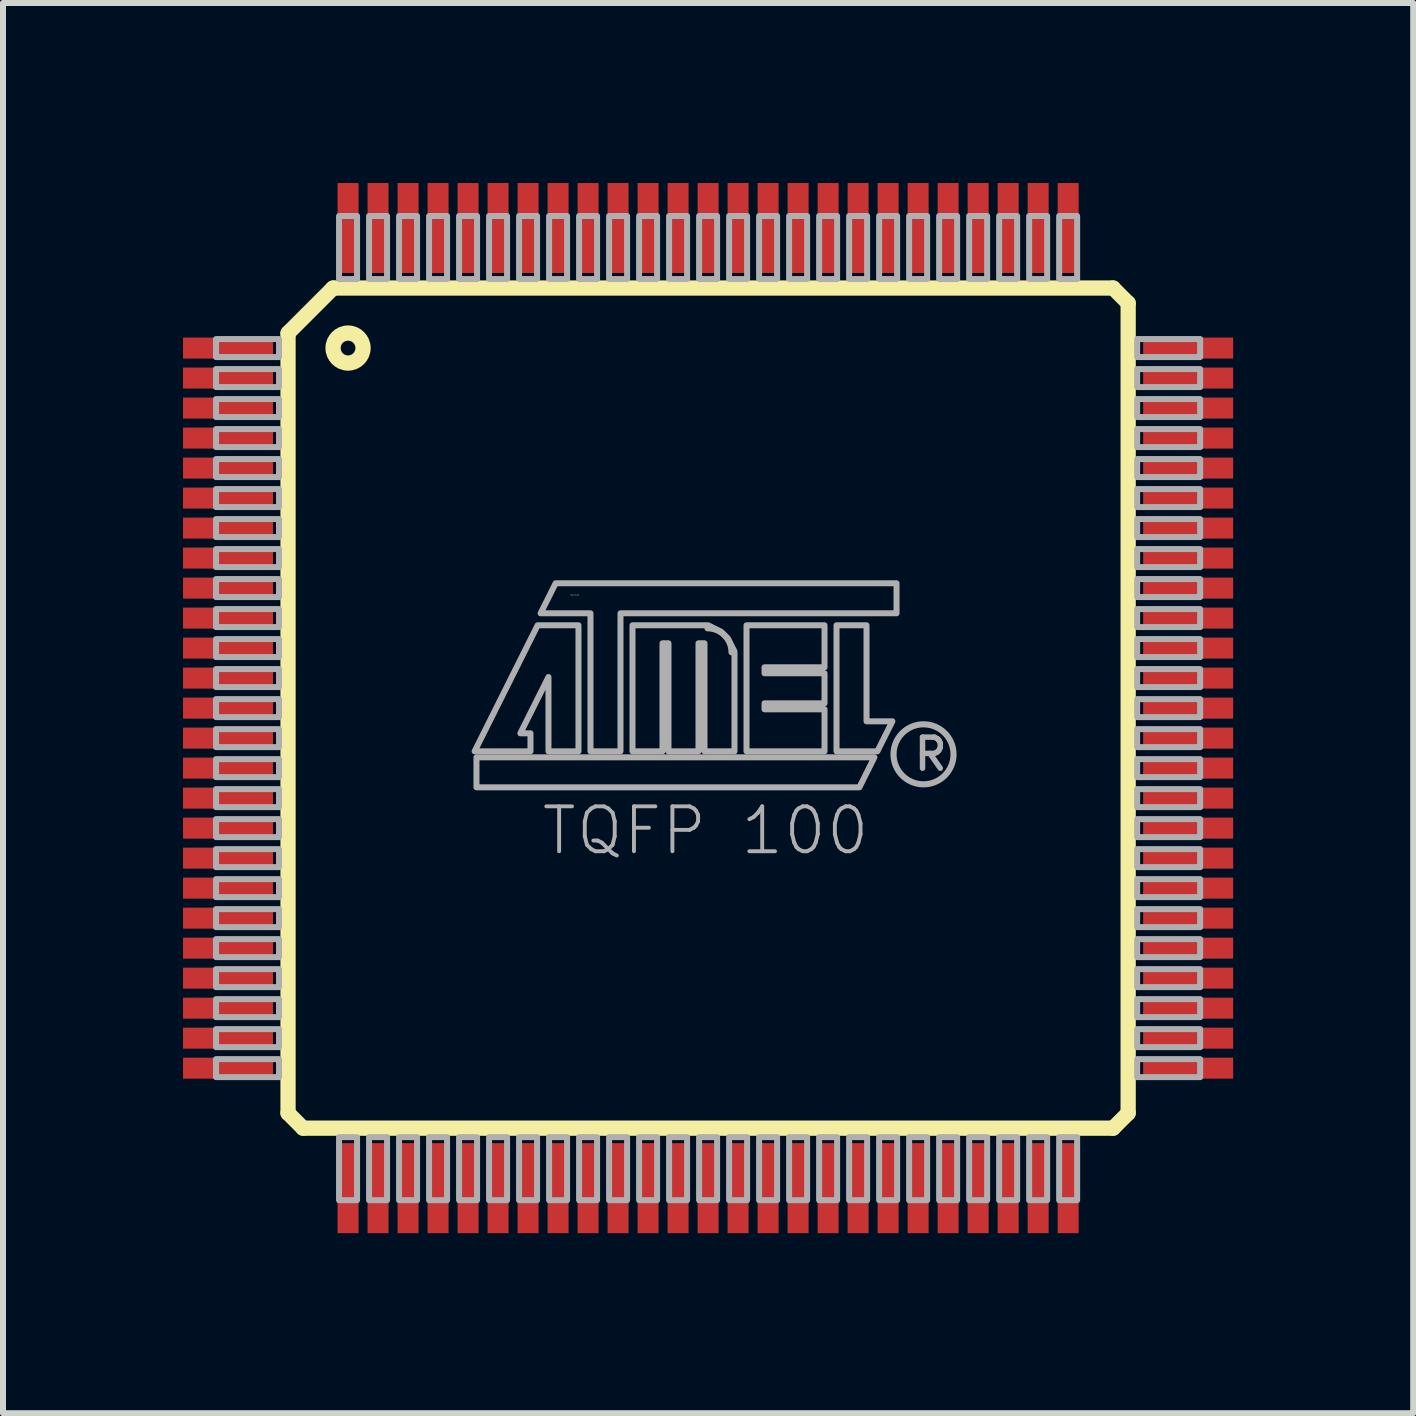
<source format=kicad_pcb>
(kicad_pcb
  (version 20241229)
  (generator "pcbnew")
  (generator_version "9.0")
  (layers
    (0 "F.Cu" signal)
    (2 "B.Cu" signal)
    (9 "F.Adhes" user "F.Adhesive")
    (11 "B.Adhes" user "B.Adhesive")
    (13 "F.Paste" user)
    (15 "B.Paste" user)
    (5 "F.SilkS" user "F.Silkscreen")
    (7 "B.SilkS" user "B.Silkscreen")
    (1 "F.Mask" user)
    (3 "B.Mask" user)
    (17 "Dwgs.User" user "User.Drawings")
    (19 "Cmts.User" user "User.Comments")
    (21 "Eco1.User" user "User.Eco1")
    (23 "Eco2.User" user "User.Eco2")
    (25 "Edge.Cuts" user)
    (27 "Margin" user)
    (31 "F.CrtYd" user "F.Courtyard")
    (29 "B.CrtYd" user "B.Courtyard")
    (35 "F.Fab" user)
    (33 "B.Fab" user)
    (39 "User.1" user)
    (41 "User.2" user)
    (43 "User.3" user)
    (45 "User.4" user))
  (footprint "TQFP100"
    (layer "F.Cu")
    (at 8.75 8.75)
    (property "Reference" "TQFP100" (at -2.302 -1.868 0) (layer "F.SilkS") (effects (font (size 0.023 0.023) (thickness 0.002)) (justify left bottom)))
    (fp_line (start -7 -6.25) (end -6.25 -7) (stroke (width 0.254) (type solid)) (layer "F.SilkS"))
    (fp_line (start -7 6.75) (end -7 -6.25) (stroke (width 0.254) (type solid)) (layer "F.SilkS"))
    (fp_line (start -6.75 7) (end -7 6.75) (stroke (width 0.254) (type solid)) (layer "F.SilkS"))
    (fp_line (start -6.25 -7) (end 6.75 -7) (stroke (width 0.254) (type solid)) (layer "F.SilkS"))
    (fp_line (start 6.75 -7) (end 7 -6.75) (stroke (width 0.254) (type solid)) (layer "F.SilkS"))
    (fp_line (start 6.75 7) (end -6.75 7) (stroke (width 0.254) (type solid)) (layer "F.SilkS"))
    (fp_line (start 7 -6.75) (end 7 6.75) (stroke (width 0.254) (type solid)) (layer "F.SilkS"))
    (fp_line (start 7 6.75) (end 6.75 7) (stroke (width 0.254) (type solid)) (layer "F.SilkS"))
    (fp_circle (center -6 -6) (end -5.75 -6) (stroke (width 0.254) (type solid)) (fill no) (layer "F.SilkS"))
    (fp_arc (start -0.0099 -1.3299) (mid 0.272893 -1.212722) (end 0.39 -0.9299) (stroke (width 0.1016) (type solid)) (layer "F.Fab"))
    (fp_circle (center 3.59 0.77) (end 4.09 0.77) (stroke (width 0.102) (type solid)) (fill no) (layer "F.Fab"))
    (fp_poly (pts (xy -8.2 -5.85) (xy -7.15 -5.85) (xy -7.15 -6.15) (xy -8.2 -6.15)) (stroke (width 0.1) (type solid)) (fill no) (layer "F.Fab"))
    (fp_poly (pts (xy -8.2 -5.35) (xy -7.15 -5.35) (xy -7.15 -5.65) (xy -8.2 -5.65)) (stroke (width 0.1) (type solid)) (fill no) (layer "F.Fab"))
    (fp_poly (pts (xy -8.2 -4.85) (xy -7.15 -4.85) (xy -7.15 -5.15) (xy -8.2 -5.15)) (stroke (width 0.1) (type solid)) (fill no) (layer "F.Fab"))
    (fp_poly (pts (xy -8.2 -4.35) (xy -7.15 -4.35) (xy -7.15 -4.65) (xy -8.2 -4.65)) (stroke (width 0.1) (type solid)) (fill no) (layer "F.Fab"))
    (fp_poly (pts (xy -8.2 -3.85) (xy -7.15 -3.85) (xy -7.15 -4.15) (xy -8.2 -4.15)) (stroke (width 0.1) (type solid)) (fill no) (layer "F.Fab"))
    (fp_poly (pts (xy -8.2 -3.35) (xy -7.15 -3.35) (xy -7.15 -3.65) (xy -8.2 -3.65)) (stroke (width 0.1) (type solid)) (fill no) (layer "F.Fab"))
    (fp_poly (pts (xy -8.2 -2.85) (xy -7.15 -2.85) (xy -7.15 -3.15) (xy -8.2 -3.15)) (stroke (width 0.1) (type solid)) (fill no) (layer "F.Fab"))
    (fp_poly (pts (xy -8.2 -2.35) (xy -7.15 -2.35) (xy -7.15 -2.65) (xy -8.2 -2.65)) (stroke (width 0.1) (type solid)) (fill no) (layer "F.Fab"))
    (fp_poly (pts (xy -8.2 -1.85) (xy -7.15 -1.85) (xy -7.15 -2.15) (xy -8.2 -2.15)) (stroke (width 0.1) (type solid)) (fill no) (layer "F.Fab"))
    (fp_poly (pts (xy -8.2 -1.35) (xy -7.15 -1.35) (xy -7.15 -1.65) (xy -8.2 -1.65)) (stroke (width 0.1) (type solid)) (fill no) (layer "F.Fab"))
    (fp_poly (pts (xy -8.2 -0.85) (xy -7.15 -0.85) (xy -7.15 -1.15) (xy -8.2 -1.15)) (stroke (width 0.1) (type solid)) (fill no) (layer "F.Fab"))
    (fp_poly (pts (xy -8.2 -0.35) (xy -7.15 -0.35) (xy -7.15 -0.65) (xy -8.2 -0.65)) (stroke (width 0.1) (type solid)) (fill no) (layer "F.Fab"))
    (fp_poly (pts (xy -8.2 0.15) (xy -7.15 0.15) (xy -7.15 -0.15) (xy -8.2 -0.15)) (stroke (width 0.1) (type solid)) (fill no) (layer "F.Fab"))
    (fp_poly (pts (xy -8.2 0.65) (xy -7.15 0.65) (xy -7.15 0.35) (xy -8.2 0.35)) (stroke (width 0.1) (type solid)) (fill no) (layer "F.Fab"))
    (fp_poly (pts (xy -8.2 1.15) (xy -7.15 1.15) (xy -7.15 0.85) (xy -8.2 0.85)) (stroke (width 0.1) (type solid)) (fill no) (layer "F.Fab"))
    (fp_poly (pts (xy -8.2 1.65) (xy -7.15 1.65) (xy -7.15 1.35) (xy -8.2 1.35)) (stroke (width 0.1) (type solid)) (fill no) (layer "F.Fab"))
    (fp_poly (pts (xy -8.2 2.15) (xy -7.15 2.15) (xy -7.15 1.85) (xy -8.2 1.85)) (stroke (width 0.1) (type solid)) (fill no) (layer "F.Fab"))
    (fp_poly (pts (xy -8.2 2.65) (xy -7.15 2.65) (xy -7.15 2.35) (xy -8.2 2.35)) (stroke (width 0.1) (type solid)) (fill no) (layer "F.Fab"))
    (fp_poly (pts (xy -8.2 3.15) (xy -7.15 3.15) (xy -7.15 2.85) (xy -8.2 2.85)) (stroke (width 0.1) (type solid)) (fill no) (layer "F.Fab"))
    (fp_poly (pts (xy -8.2 3.65) (xy -7.15 3.65) (xy -7.15 3.35) (xy -8.2 3.35)) (stroke (width 0.1) (type solid)) (fill no) (layer "F.Fab"))
    (fp_poly (pts (xy -8.2 4.15) (xy -7.15 4.15) (xy -7.15 3.85) (xy -8.2 3.85)) (stroke (width 0.1) (type solid)) (fill no) (layer "F.Fab"))
    (fp_poly (pts (xy -8.2 4.65) (xy -7.15 4.65) (xy -7.15 4.35) (xy -8.2 4.35)) (stroke (width 0.1) (type solid)) (fill no) (layer "F.Fab"))
    (fp_poly (pts (xy -8.2 5.15) (xy -7.15 5.15) (xy -7.15 4.85) (xy -8.2 4.85)) (stroke (width 0.1) (type solid)) (fill no) (layer "F.Fab"))
    (fp_poly (pts (xy -8.2 5.65) (xy -7.15 5.65) (xy -7.15 5.35) (xy -8.2 5.35)) (stroke (width 0.1) (type solid)) (fill no) (layer "F.Fab"))
    (fp_poly (pts (xy -8.2 6.15) (xy -7.15 6.15) (xy -7.15 5.85) (xy -8.2 5.85)) (stroke (width 0.1) (type solid)) (fill no) (layer "F.Fab"))
    (fp_poly (pts (xy -6.15 -7.15) (xy -5.85 -7.15) (xy -5.85 -8.2) (xy -6.15 -8.2)) (stroke (width 0.1) (type solid)) (fill no) (layer "F.Fab"))
    (fp_poly (pts (xy -6.15 8.2) (xy -5.85 8.2) (xy -5.85 7.15) (xy -6.15 7.15)) (stroke (width 0.1) (type solid)) (fill no) (layer "F.Fab"))
    (fp_poly (pts (xy -5.65 -7.15) (xy -5.35 -7.15) (xy -5.35 -8.2) (xy -5.65 -8.2)) (stroke (width 0.1) (type solid)) (fill no) (layer "F.Fab"))
    (fp_poly (pts (xy -5.65 8.2) (xy -5.35 8.2) (xy -5.35 7.15) (xy -5.65 7.15)) (stroke (width 0.1) (type solid)) (fill no) (layer "F.Fab"))
    (fp_poly (pts (xy -5.15 -7.15) (xy -4.85 -7.15) (xy -4.85 -8.2) (xy -5.15 -8.2)) (stroke (width 0.1) (type solid)) (fill no) (layer "F.Fab"))
    (fp_poly (pts (xy -5.15 8.2) (xy -4.85 8.2) (xy -4.85 7.15) (xy -5.15 7.15)) (stroke (width 0.1) (type solid)) (fill no) (layer "F.Fab"))
    (fp_poly (pts (xy -4.65 -7.15) (xy -4.35 -7.15) (xy -4.35 -8.2) (xy -4.65 -8.2)) (stroke (width 0.1) (type solid)) (fill no) (layer "F.Fab"))
    (fp_poly (pts (xy -4.65 8.2) (xy -4.35 8.2) (xy -4.35 7.15) (xy -4.65 7.15)) (stroke (width 0.1) (type solid)) (fill no) (layer "F.Fab"))
    (fp_poly (pts (xy -4.15 -7.15) (xy -3.85 -7.15) (xy -3.85 -8.2) (xy -4.15 -8.2)) (stroke (width 0.1) (type solid)) (fill no) (layer "F.Fab"))
    (fp_poly (pts (xy -4.15 8.2) (xy -3.85 8.2) (xy -3.85 7.15) (xy -4.15 7.15)) (stroke (width 0.1) (type solid)) (fill no) (layer "F.Fab"))
    (fp_poly (pts (xy -3.65 -7.15) (xy -3.35 -7.15) (xy -3.35 -8.2) (xy -3.65 -8.2)) (stroke (width 0.1) (type solid)) (fill no) (layer "F.Fab"))
    (fp_poly (pts (xy -3.65 8.2) (xy -3.35 8.2) (xy -3.35 7.15) (xy -3.65 7.15)) (stroke (width 0.1) (type solid)) (fill no) (layer "F.Fab"))
    (fp_poly (pts (xy -3.15 -7.15) (xy -2.85 -7.15) (xy -2.85 -8.2) (xy -3.15 -8.2)) (stroke (width 0.1) (type solid)) (fill no) (layer "F.Fab"))
    (fp_poly (pts (xy -3.15 8.2) (xy -2.85 8.2) (xy -2.85 7.15) (xy -3.15 7.15)) (stroke (width 0.1) (type solid)) (fill no) (layer "F.Fab"))
    (fp_poly (pts (xy -2.65 -7.15) (xy -2.35 -7.15) (xy -2.35 -8.2) (xy -2.65 -8.2)) (stroke (width 0.1) (type solid)) (fill no) (layer "F.Fab"))
    (fp_poly (pts (xy -2.65 8.2) (xy -2.35 8.2) (xy -2.35 7.15) (xy -2.65 7.15)) (stroke (width 0.1) (type solid)) (fill no) (layer "F.Fab"))
    (fp_poly (pts (xy -2.15 -7.15) (xy -1.85 -7.15) (xy -1.85 -8.2) (xy -2.15 -8.2)) (stroke (width 0.1) (type solid)) (fill no) (layer "F.Fab"))
    (fp_poly (pts (xy -2.15 8.2) (xy -1.85 8.2) (xy -1.85 7.15) (xy -2.15 7.15)) (stroke (width 0.1) (type solid)) (fill no) (layer "F.Fab"))
    (fp_poly (pts (xy -1.65 -7.15) (xy -1.35 -7.15) (xy -1.35 -8.2) (xy -1.65 -8.2)) (stroke (width 0.1) (type solid)) (fill no) (layer "F.Fab"))
    (fp_poly (pts (xy -1.65 8.2) (xy -1.35 8.2) (xy -1.35 7.15) (xy -1.65 7.15)) (stroke (width 0.1) (type solid)) (fill no) (layer "F.Fab"))
    (fp_poly (pts (xy -1.15 -7.15) (xy -0.85 -7.15) (xy -0.85 -8.2) (xy -1.15 -8.2)) (stroke (width 0.1) (type solid)) (fill no) (layer "F.Fab"))
    (fp_poly (pts (xy -1.15 8.2) (xy -0.85 8.2) (xy -0.85 7.15) (xy -1.15 7.15)) (stroke (width 0.1) (type solid)) (fill no) (layer "F.Fab"))
    (fp_poly (pts (xy -0.65 -7.15) (xy -0.35 -7.15) (xy -0.35 -8.2) (xy -0.65 -8.2)) (stroke (width 0.1) (type solid)) (fill no) (layer "F.Fab"))
    (fp_poly (pts (xy -0.65 8.2) (xy -0.35 8.2) (xy -0.35 7.15) (xy -0.65 7.15)) (stroke (width 0.1) (type solid)) (fill no) (layer "F.Fab"))
    (fp_poly (pts (xy -0.15 -7.15) (xy 0.15 -7.15) (xy 0.15 -8.2) (xy -0.15 -8.2)) (stroke (width 0.1) (type solid)) (fill no) (layer "F.Fab"))
    (fp_poly (pts (xy -0.15 8.2) (xy 0.15 8.2) (xy 0.15 7.15) (xy -0.15 7.15)) (stroke (width 0.1) (type solid)) (fill no) (layer "F.Fab"))
    (fp_poly (pts (xy 0.35 -7.15) (xy 0.65 -7.15) (xy 0.65 -8.2) (xy 0.35 -8.2)) (stroke (width 0.1) (type solid)) (fill no) (layer "F.Fab"))
    (fp_poly (pts (xy 0.35 8.2) (xy 0.65 8.2) (xy 0.65 7.15) (xy 0.35 7.15)) (stroke (width 0.1) (type solid)) (fill no) (layer "F.Fab"))
    (fp_poly (pts (xy 0.85 -7.15) (xy 1.15 -7.15) (xy 1.15 -8.2) (xy 0.85 -8.2)) (stroke (width 0.1) (type solid)) (fill no) (layer "F.Fab"))
    (fp_poly (pts (xy 0.85 8.2) (xy 1.15 8.2) (xy 1.15 7.15) (xy 0.85 7.15)) (stroke (width 0.1) (type solid)) (fill no) (layer "F.Fab"))
    (fp_poly (pts (xy 1.35 -7.15) (xy 1.65 -7.15) (xy 1.65 -8.2) (xy 1.35 -8.2)) (stroke (width 0.1) (type solid)) (fill no) (layer "F.Fab"))
    (fp_poly (pts (xy 1.35 8.2) (xy 1.65 8.2) (xy 1.65 7.15) (xy 1.35 7.15)) (stroke (width 0.1) (type solid)) (fill no) (layer "F.Fab"))
    (fp_poly (pts (xy 1.85 -7.15) (xy 2.15 -7.15) (xy 2.15 -8.2) (xy 1.85 -8.2)) (stroke (width 0.1) (type solid)) (fill no) (layer "F.Fab"))
    (fp_poly (pts (xy 1.85 8.2) (xy 2.15 8.2) (xy 2.15 7.15) (xy 1.85 7.15)) (stroke (width 0.1) (type solid)) (fill no) (layer "F.Fab"))
    (fp_poly (pts (xy 2.35 -7.15) (xy 2.65 -7.15) (xy 2.65 -8.2) (xy 2.35 -8.2)) (stroke (width 0.1) (type solid)) (fill no) (layer "F.Fab"))
    (fp_poly (pts (xy 2.35 8.2) (xy 2.65 8.2) (xy 2.65 7.15) (xy 2.35 7.15)) (stroke (width 0.1) (type solid)) (fill no) (layer "F.Fab"))
    (fp_poly (pts (xy 2.521 1.32) (xy -3.86 1.32) (xy -3.86 0.82) (xy 2.771 0.82)) (stroke (width 0.1) (type solid)) (fill no) (layer "F.Fab"))
    (fp_poly (pts (xy 2.85 -7.15) (xy 3.15 -7.15) (xy 3.15 -8.2) (xy 2.85 -8.2)) (stroke (width 0.1) (type solid)) (fill no) (layer "F.Fab"))
    (fp_poly (pts (xy 2.85 8.2) (xy 3.15 8.2) (xy 3.15 7.15) (xy 2.85 7.15)) (stroke (width 0.1) (type solid)) (fill no) (layer "F.Fab"))
    (fp_poly (pts (xy 3.35 -7.15) (xy 3.65 -7.15) (xy 3.65 -8.2) (xy 3.35 -8.2)) (stroke (width 0.1) (type solid)) (fill no) (layer "F.Fab"))
    (fp_poly (pts (xy 3.35 8.2) (xy 3.65 8.2) (xy 3.65 7.15) (xy 3.35 7.15)) (stroke (width 0.1) (type solid)) (fill no) (layer "F.Fab"))
    (fp_poly (pts (xy 3.85 -7.15) (xy 4.15 -7.15) (xy 4.15 -8.2) (xy 3.85 -8.2)) (stroke (width 0.1) (type solid)) (fill no) (layer "F.Fab"))
    (fp_poly (pts (xy 3.85 8.2) (xy 4.15 8.2) (xy 4.15 7.15) (xy 3.85 7.15)) (stroke (width 0.1) (type solid)) (fill no) (layer "F.Fab"))
    (fp_poly (pts (xy 4.35 -7.15) (xy 4.65 -7.15) (xy 4.65 -8.2) (xy 4.35 -8.2)) (stroke (width 0.1) (type solid)) (fill no) (layer "F.Fab"))
    (fp_poly (pts (xy 4.35 8.2) (xy 4.65 8.2) (xy 4.65 7.15) (xy 4.35 7.15)) (stroke (width 0.1) (type solid)) (fill no) (layer "F.Fab"))
    (fp_poly (pts (xy 4.85 -7.15) (xy 5.15 -7.15) (xy 5.15 -8.2) (xy 4.85 -8.2)) (stroke (width 0.1) (type solid)) (fill no) (layer "F.Fab"))
    (fp_poly (pts (xy 4.85 8.2) (xy 5.15 8.2) (xy 5.15 7.15) (xy 4.85 7.15)) (stroke (width 0.1) (type solid)) (fill no) (layer "F.Fab"))
    (fp_poly (pts (xy 5.35 -7.15) (xy 5.65 -7.15) (xy 5.65 -8.2) (xy 5.35 -8.2)) (stroke (width 0.1) (type solid)) (fill no) (layer "F.Fab"))
    (fp_poly (pts (xy 5.35 8.2) (xy 5.65 8.2) (xy 5.65 7.15) (xy 5.35 7.15)) (stroke (width 0.1) (type solid)) (fill no) (layer "F.Fab"))
    (fp_poly (pts (xy 5.85 -7.15) (xy 6.15 -7.15) (xy 6.15 -8.2) (xy 5.85 -8.2)) (stroke (width 0.1) (type solid)) (fill no) (layer "F.Fab"))
    (fp_poly (pts (xy 5.85 8.2) (xy 6.15 8.2) (xy 6.15 7.15) (xy 5.85 7.15)) (stroke (width 0.1) (type solid)) (fill no) (layer "F.Fab"))
    (fp_poly (pts (xy 7.15 -5.85) (xy 8.2 -5.85) (xy 8.2 -6.15) (xy 7.15 -6.15)) (stroke (width 0.1) (type solid)) (fill no) (layer "F.Fab"))
    (fp_poly (pts (xy 7.15 -5.35) (xy 8.2 -5.35) (xy 8.2 -5.65) (xy 7.15 -5.65)) (stroke (width 0.1) (type solid)) (fill no) (layer "F.Fab"))
    (fp_poly (pts (xy 7.15 -4.85) (xy 8.2 -4.85) (xy 8.2 -5.15) (xy 7.15 -5.15)) (stroke (width 0.1) (type solid)) (fill no) (layer "F.Fab"))
    (fp_poly (pts (xy 7.15 -4.35) (xy 8.2 -4.35) (xy 8.2 -4.65) (xy 7.15 -4.65)) (stroke (width 0.1) (type solid)) (fill no) (layer "F.Fab"))
    (fp_poly (pts (xy 7.15 -3.85) (xy 8.2 -3.85) (xy 8.2 -4.15) (xy 7.15 -4.15)) (stroke (width 0.1) (type solid)) (fill no) (layer "F.Fab"))
    (fp_poly (pts (xy 7.15 -3.35) (xy 8.2 -3.35) (xy 8.2 -3.65) (xy 7.15 -3.65)) (stroke (width 0.1) (type solid)) (fill no) (layer "F.Fab"))
    (fp_poly (pts (xy 7.15 -2.85) (xy 8.2 -2.85) (xy 8.2 -3.15) (xy 7.15 -3.15)) (stroke (width 0.1) (type solid)) (fill no) (layer "F.Fab"))
    (fp_poly (pts (xy 7.15 -2.35) (xy 8.2 -2.35) (xy 8.2 -2.65) (xy 7.15 -2.65)) (stroke (width 0.1) (type solid)) (fill no) (layer "F.Fab"))
    (fp_poly (pts (xy 7.15 -1.85) (xy 8.2 -1.85) (xy 8.2 -2.15) (xy 7.15 -2.15)) (stroke (width 0.1) (type solid)) (fill no) (layer "F.Fab"))
    (fp_poly (pts (xy 7.15 -1.35) (xy 8.2 -1.35) (xy 8.2 -1.65) (xy 7.15 -1.65)) (stroke (width 0.1) (type solid)) (fill no) (layer "F.Fab"))
    (fp_poly (pts (xy 7.15 -0.85) (xy 8.2 -0.85) (xy 8.2 -1.15) (xy 7.15 -1.15)) (stroke (width 0.1) (type solid)) (fill no) (layer "F.Fab"))
    (fp_poly (pts (xy 7.15 -0.35) (xy 8.2 -0.35) (xy 8.2 -0.65) (xy 7.15 -0.65)) (stroke (width 0.1) (type solid)) (fill no) (layer "F.Fab"))
    (fp_poly (pts (xy 7.15 0.15) (xy 8.2 0.15) (xy 8.2 -0.15) (xy 7.15 -0.15)) (stroke (width 0.1) (type solid)) (fill no) (layer "F.Fab"))
    (fp_poly (pts (xy 7.15 0.65) (xy 8.2 0.65) (xy 8.2 0.35) (xy 7.15 0.35)) (stroke (width 0.1) (type solid)) (fill no) (layer "F.Fab"))
    (fp_poly (pts (xy 7.15 1.15) (xy 8.2 1.15) (xy 8.2 0.85) (xy 7.15 0.85)) (stroke (width 0.1) (type solid)) (fill no) (layer "F.Fab"))
    (fp_poly (pts (xy 7.15 1.65) (xy 8.2 1.65) (xy 8.2 1.35) (xy 7.15 1.35)) (stroke (width 0.1) (type solid)) (fill no) (layer "F.Fab"))
    (fp_poly (pts (xy 7.15 2.15) (xy 8.2 2.15) (xy 8.2 1.85) (xy 7.15 1.85)) (stroke (width 0.1) (type solid)) (fill no) (layer "F.Fab"))
    (fp_poly (pts (xy 7.15 2.65) (xy 8.2 2.65) (xy 8.2 2.35) (xy 7.15 2.35)) (stroke (width 0.1) (type solid)) (fill no) (layer "F.Fab"))
    (fp_poly (pts (xy 7.15 3.15) (xy 8.2 3.15) (xy 8.2 2.85) (xy 7.15 2.85)) (stroke (width 0.1) (type solid)) (fill no) (layer "F.Fab"))
    (fp_poly (pts (xy 7.15 3.65) (xy 8.2 3.65) (xy 8.2 3.35) (xy 7.15 3.35)) (stroke (width 0.1) (type solid)) (fill no) (layer "F.Fab"))
    (fp_poly (pts (xy 7.15 4.15) (xy 8.2 4.15) (xy 8.2 3.85) (xy 7.15 3.85)) (stroke (width 0.1) (type solid)) (fill no) (layer "F.Fab"))
    (fp_poly (pts (xy 7.15 4.65) (xy 8.2 4.65) (xy 8.2 4.35) (xy 7.15 4.35)) (stroke (width 0.1) (type solid)) (fill no) (layer "F.Fab"))
    (fp_poly (pts (xy 7.15 5.15) (xy 8.2 5.15) (xy 8.2 4.85) (xy 7.15 4.85)) (stroke (width 0.1) (type solid)) (fill no) (layer "F.Fab"))
    (fp_poly (pts (xy 7.15 5.65) (xy 8.2 5.65) (xy 8.2 5.35) (xy 7.15 5.35)) (stroke (width 0.1) (type solid)) (fill no) (layer "F.Fab"))
    (fp_poly (pts (xy 7.15 6.15) (xy 8.2 6.15) (xy 8.2 5.85) (xy 7.15 5.85)) (stroke (width 0.1) (type solid)) (fill no) (layer "F.Fab"))
    (fp_poly (pts (xy 2.64 0.22) (xy 3.071 0.22) (xy 2.821 0.72) (xy 2.14 0.72) (xy 2.14 -1.38) (xy 2.64 -1.38)) (stroke (width 0.1) (type solid)) (fill no) (layer "F.Fab"))
    (fp_poly (pts (xy 3.14 -1.58) (xy -1.46 -1.58) (xy -1.46 0.72) (xy -1.96 0.72) (xy -1.96 -1.58) (xy -2.791 -1.58) (xy -2.541 -2.08) (xy 3.14 -2.08)) (stroke (width 0.1) (type solid)) (fill no) (layer "F.Fab"))
    (fp_poly (pts (xy -2.16 0.72) (xy -2.66 0.72) (xy -2.66 -0.518) (xy -3.129 0.42) (xy -2.96 0.42) (xy -2.96 0.72) (xy -3.891 0.72) (xy -2.841 -1.38) (xy -2.16 -1.38)) (stroke (width 0.1) (type solid)) (fill no) (layer "F.Fab"))
    (fp_poly (pts (xy 1.94 -0.68) (xy 0.94 -0.68) (xy 0.94 -0.58) (xy 1.94 -0.58) (xy 1.94 -0.08) (xy 0.94 -0.08) (xy 0.94 0.02) (xy 1.94 0.02) (xy 1.94 0.72) (xy 0.64 0.72) (xy 0.64 -1.38) (xy 1.94 -1.38)) (stroke (width 0.1) (type solid)) (fill no) (layer "F.Fab"))
    (fp_poly (pts (xy 0.22 -1.271) (xy 0.331 -1.16) (xy 0.44 -0.942) (xy 0.44 0.72) (xy -0.06 0.72) (xy -0.06 -1.08) (xy -0.16 -1.08) (xy -0.16 0.72) (xy -0.66 0.72) (xy -0.66 -1.08) (xy -0.76 -1.08) (xy -0.76 0.72) (xy -1.26 0.72) (xy -1.26 -1.38) (xy 0.002 -1.38)) (stroke (width 0.1) (type solid)) (fill no) (layer "F.Fab"))
    (fp_text user "R" (at 3.39 1.07 0) (layer "F.Fab") (effects (font (size 0.518 0.518) (thickness 0.091)) (justify left bottom)))
    (fp_text user "TQFP 100" (at -2.81 2.48 0) (layer "F.Fab") (effects (font (size 0.748 0.748) (thickness 0.065)) (justify left bottom)))
    (pad "1" smd rect (at -8 -6) (size 1.5 0.35) (layers "F.Cu" "F.Mask" "F.Paste"))
    (pad "2" smd rect (at -8 -5.5) (size 1.5 0.35) (layers "F.Cu" "F.Mask" "F.Paste"))
    (pad "3" smd rect (at -8 -5) (size 1.5 0.35) (layers "F.Cu" "F.Mask" "F.Paste"))
    (pad "4" smd rect (at -8 -4.5) (size 1.5 0.35) (layers "F.Cu" "F.Mask" "F.Paste"))
    (pad "5" smd rect (at -8 -4) (size 1.5 0.35) (layers "F.Cu" "F.Mask" "F.Paste"))
    (pad "6" smd rect (at -8 -3.5) (size 1.5 0.35) (layers "F.Cu" "F.Mask" "F.Paste"))
    (pad "7" smd rect (at -8 -3) (size 1.5 0.35) (layers "F.Cu" "F.Mask" "F.Paste"))
    (pad "8" smd rect (at -8 -2.5) (size 1.5 0.35) (layers "F.Cu" "F.Mask" "F.Paste"))
    (pad "9" smd rect (at -8 -2) (size 1.5 0.35) (layers "F.Cu" "F.Mask" "F.Paste"))
    (pad "10" smd rect (at -8 -1.5) (size 1.5 0.35) (layers "F.Cu" "F.Mask" "F.Paste"))
    (pad "11" smd rect (at -8 -1) (size 1.5 0.35) (layers "F.Cu" "F.Mask" "F.Paste"))
    (pad "12" smd rect (at -8 -0.5) (size 1.5 0.35) (layers "F.Cu" "F.Mask" "F.Paste"))
    (pad "13" smd rect (at -8 0) (size 1.5 0.35) (layers "F.Cu" "F.Mask" "F.Paste"))
    (pad "14" smd rect (at -8 0.5) (size 1.5 0.35) (layers "F.Cu" "F.Mask" "F.Paste"))
    (pad "15" smd rect (at -8 1) (size 1.5 0.35) (layers "F.Cu" "F.Mask" "F.Paste"))
    (pad "16" smd rect (at -8 1.5) (size 1.5 0.35) (layers "F.Cu" "F.Mask" "F.Paste"))
    (pad "17" smd rect (at -8 2) (size 1.5 0.35) (layers "F.Cu" "F.Mask" "F.Paste"))
    (pad "18" smd rect (at -8 2.5) (size 1.5 0.35) (layers "F.Cu" "F.Mask" "F.Paste"))
    (pad "19" smd rect (at -8 3) (size 1.5 0.35) (layers "F.Cu" "F.Mask" "F.Paste"))
    (pad "20" smd rect (at -8 3.5) (size 1.5 0.35) (layers "F.Cu" "F.Mask" "F.Paste"))
    (pad "21" smd rect (at -8 4) (size 1.5 0.35) (layers "F.Cu" "F.Mask" "F.Paste"))
    (pad "22" smd rect (at -8 4.5) (size 1.5 0.35) (layers "F.Cu" "F.Mask" "F.Paste"))
    (pad "23" smd rect (at -8 5) (size 1.5 0.35) (layers "F.Cu" "F.Mask" "F.Paste"))
    (pad "24" smd rect (at -8 5.5) (size 1.5 0.35) (layers "F.Cu" "F.Mask" "F.Paste"))
    (pad "25" smd rect (at -8 6) (size 1.5 0.35) (layers "F.Cu" "F.Mask" "F.Paste"))
    (pad "26" smd rect (at -6 8) (size 0.35 1.5) (layers "F.Cu" "F.Mask" "F.Paste"))
    (pad "27" smd rect (at -5.5 8) (size 0.35 1.5) (layers "F.Cu" "F.Mask" "F.Paste"))
    (pad "28" smd rect (at -5 8) (size 0.35 1.5) (layers "F.Cu" "F.Mask" "F.Paste"))
    (pad "29" smd rect (at -4.5 8) (size 0.35 1.5) (layers "F.Cu" "F.Mask" "F.Paste"))
    (pad "30" smd rect (at -4 8) (size 0.35 1.5) (layers "F.Cu" "F.Mask" "F.Paste"))
    (pad "31" smd rect (at -3.5 8) (size 0.35 1.5) (layers "F.Cu" "F.Mask" "F.Paste"))
    (pad "32" smd rect (at -3 8) (size 0.35 1.5) (layers "F.Cu" "F.Mask" "F.Paste"))
    (pad "33" smd rect (at -2.5 8) (size 0.35 1.5) (layers "F.Cu" "F.Mask" "F.Paste"))
    (pad "34" smd rect (at -2 8) (size 0.35 1.5) (layers "F.Cu" "F.Mask" "F.Paste"))
    (pad "35" smd rect (at -1.5 8) (size 0.35 1.5) (layers "F.Cu" "F.Mask" "F.Paste"))
    (pad "36" smd rect (at -1 8) (size 0.35 1.5) (layers "F.Cu" "F.Mask" "F.Paste"))
    (pad "37" smd rect (at -0.5 8) (size 0.35 1.5) (layers "F.Cu" "F.Mask" "F.Paste"))
    (pad "38" smd rect (at 0 8) (size 0.35 1.5) (layers "F.Cu" "F.Mask" "F.Paste"))
    (pad "39" smd rect (at 0.5 8) (size 0.35 1.5) (layers "F.Cu" "F.Mask" "F.Paste"))
    (pad "40" smd rect (at 1 8) (size 0.35 1.5) (layers "F.Cu" "F.Mask" "F.Paste"))
    (pad "41" smd rect (at 1.5 8) (size 0.35 1.5) (layers "F.Cu" "F.Mask" "F.Paste"))
    (pad "42" smd rect (at 2 8) (size 0.35 1.5) (layers "F.Cu" "F.Mask" "F.Paste"))
    (pad "43" smd rect (at 2.5 8) (size 0.35 1.5) (layers "F.Cu" "F.Mask" "F.Paste"))
    (pad "44" smd rect (at 3 8) (size 0.35 1.5) (layers "F.Cu" "F.Mask" "F.Paste"))
    (pad "45" smd rect (at 3.5 8) (size 0.35 1.5) (layers "F.Cu" "F.Mask" "F.Paste"))
    (pad "46" smd rect (at 4 8) (size 0.35 1.5) (layers "F.Cu" "F.Mask" "F.Paste"))
    (pad "47" smd rect (at 4.5 8) (size 0.35 1.5) (layers "F.Cu" "F.Mask" "F.Paste"))
    (pad "48" smd rect (at 5 8) (size 0.35 1.5) (layers "F.Cu" "F.Mask" "F.Paste"))
    (pad "49" smd rect (at 5.5 8) (size 0.35 1.5) (layers "F.Cu" "F.Mask" "F.Paste"))
    (pad "50" smd rect (at 6 8) (size 0.35 1.5) (layers "F.Cu" "F.Mask" "F.Paste"))
    (pad "51" smd rect (at 8 6) (size 1.5 0.35) (layers "F.Cu" "F.Mask" "F.Paste"))
    (pad "52" smd rect (at 8 5.5) (size 1.5 0.35) (layers "F.Cu" "F.Mask" "F.Paste"))
    (pad "53" smd rect (at 8 5) (size 1.5 0.35) (layers "F.Cu" "F.Mask" "F.Paste"))
    (pad "54" smd rect (at 8 4.5) (size 1.5 0.35) (layers "F.Cu" "F.Mask" "F.Paste"))
    (pad "55" smd rect (at 8 4) (size 1.5 0.35) (layers "F.Cu" "F.Mask" "F.Paste"))
    (pad "56" smd rect (at 8 3.5) (size 1.5 0.35) (layers "F.Cu" "F.Mask" "F.Paste"))
    (pad "57" smd rect (at 8 3) (size 1.5 0.35) (layers "F.Cu" "F.Mask" "F.Paste"))
    (pad "58" smd rect (at 8 2.5) (size 1.5 0.35) (layers "F.Cu" "F.Mask" "F.Paste"))
    (pad "59" smd rect (at 8 2) (size 1.5 0.35) (layers "F.Cu" "F.Mask" "F.Paste"))
    (pad "60" smd rect (at 8 1.5) (size 1.5 0.35) (layers "F.Cu" "F.Mask" "F.Paste"))
    (pad "61" smd rect (at 8 1) (size 1.5 0.35) (layers "F.Cu" "F.Mask" "F.Paste"))
    (pad "62" smd rect (at 8 0.5) (size 1.5 0.35) (layers "F.Cu" "F.Mask" "F.Paste"))
    (pad "63" smd rect (at 8 0) (size 1.5 0.35) (layers "F.Cu" "F.Mask" "F.Paste"))
    (pad "64" smd rect (at 8 -0.5) (size 1.5 0.35) (layers "F.Cu" "F.Mask" "F.Paste"))
    (pad "65" smd rect (at 8 -1) (size 1.5 0.35) (layers "F.Cu" "F.Mask" "F.Paste"))
    (pad "66" smd rect (at 8 -1.5) (size 1.5 0.35) (layers "F.Cu" "F.Mask" "F.Paste"))
    (pad "67" smd rect (at 8 -2) (size 1.5 0.35) (layers "F.Cu" "F.Mask" "F.Paste"))
    (pad "68" smd rect (at 8 -2.5) (size 1.5 0.35) (layers "F.Cu" "F.Mask" "F.Paste"))
    (pad "69" smd rect (at 8 -3) (size 1.5 0.35) (layers "F.Cu" "F.Mask" "F.Paste"))
    (pad "70" smd rect (at 8 -3.5) (size 1.5 0.35) (layers "F.Cu" "F.Mask" "F.Paste"))
    (pad "71" smd rect (at 8 -4) (size 1.5 0.35) (layers "F.Cu" "F.Mask" "F.Paste"))
    (pad "72" smd rect (at 8 -4.5) (size 1.5 0.35) (layers "F.Cu" "F.Mask" "F.Paste"))
    (pad "73" smd rect (at 8 -5) (size 1.5 0.35) (layers "F.Cu" "F.Mask" "F.Paste"))
    (pad "74" smd rect (at 8 -5.5) (size 1.5 0.35) (layers "F.Cu" "F.Mask" "F.Paste"))
    (pad "75" smd rect (at 8 -6) (size 1.5 0.35) (layers "F.Cu" "F.Mask" "F.Paste"))
    (pad "76" smd rect (at 6 -8) (size 0.35 1.5) (layers "F.Cu" "F.Mask" "F.Paste"))
    (pad "77" smd rect (at 5.5 -8) (size 0.35 1.5) (layers "F.Cu" "F.Mask" "F.Paste"))
    (pad "78" smd rect (at 5 -8) (size 0.35 1.5) (layers "F.Cu" "F.Mask" "F.Paste"))
    (pad "79" smd rect (at 4.5 -8) (size 0.35 1.5) (layers "F.Cu" "F.Mask" "F.Paste"))
    (pad "80" smd rect (at 4 -8) (size 0.35 1.5) (layers "F.Cu" "F.Mask" "F.Paste"))
    (pad "81" smd rect (at 3.5 -8) (size 0.35 1.5) (layers "F.Cu" "F.Mask" "F.Paste"))
    (pad "82" smd rect (at 3 -8) (size 0.35 1.5) (layers "F.Cu" "F.Mask" "F.Paste"))
    (pad "83" smd rect (at 2.5 -8) (size 0.35 1.5) (layers "F.Cu" "F.Mask" "F.Paste"))
    (pad "84" smd rect (at 2 -8) (size 0.35 1.5) (layers "F.Cu" "F.Mask" "F.Paste"))
    (pad "85" smd rect (at 1.5 -8) (size 0.35 1.5) (layers "F.Cu" "F.Mask" "F.Paste"))
    (pad "86" smd rect (at 1 -8) (size 0.35 1.5) (layers "F.Cu" "F.Mask" "F.Paste"))
    (pad "87" smd rect (at 0.5 -8) (size 0.35 1.5) (layers "F.Cu" "F.Mask" "F.Paste"))
    (pad "88" smd rect (at 0 -8) (size 0.35 1.5) (layers "F.Cu" "F.Mask" "F.Paste"))
    (pad "89" smd rect (at -0.5 -8) (size 0.35 1.5) (layers "F.Cu" "F.Mask" "F.Paste"))
    (pad "90" smd rect (at -1 -8) (size 0.35 1.5) (layers "F.Cu" "F.Mask" "F.Paste"))
    (pad "91" smd rect (at -1.5 -8) (size 0.35 1.5) (layers "F.Cu" "F.Mask" "F.Paste"))
    (pad "92" smd rect (at -2 -8) (size 0.35 1.5) (layers "F.Cu" "F.Mask" "F.Paste"))
    (pad "93" smd rect (at -2.5 -8) (size 0.35 1.5) (layers "F.Cu" "F.Mask" "F.Paste"))
    (pad "94" smd rect (at -3 -8) (size 0.35 1.5) (layers "F.Cu" "F.Mask" "F.Paste"))
    (pad "95" smd rect (at -3.5 -8) (size 0.35 1.5) (layers "F.Cu" "F.Mask" "F.Paste"))
    (pad "96" smd rect (at -4 -8) (size 0.35 1.5) (layers "F.Cu" "F.Mask" "F.Paste"))
    (pad "97" smd rect (at -4.5 -8) (size 0.35 1.5) (layers "F.Cu" "F.Mask" "F.Paste"))
    (pad "98" smd rect (at -5 -8) (size 0.35 1.5) (layers "F.Cu" "F.Mask" "F.Paste"))
    (pad "99" smd rect (at -5.5 -8) (size 0.35 1.5) (layers "F.Cu" "F.Mask" "F.Paste"))
    (pad "100" smd rect (at -6 -8) (size 0.35 1.5) (layers "F.Cu" "F.Mask" "F.Paste")))
  (gr_rect
    (start -3 -3)
    (end 20.5 20.5)
    (stroke (width 0.1) (type default))
    (fill no)
    (layer "Edge.Cuts")))
</source>
